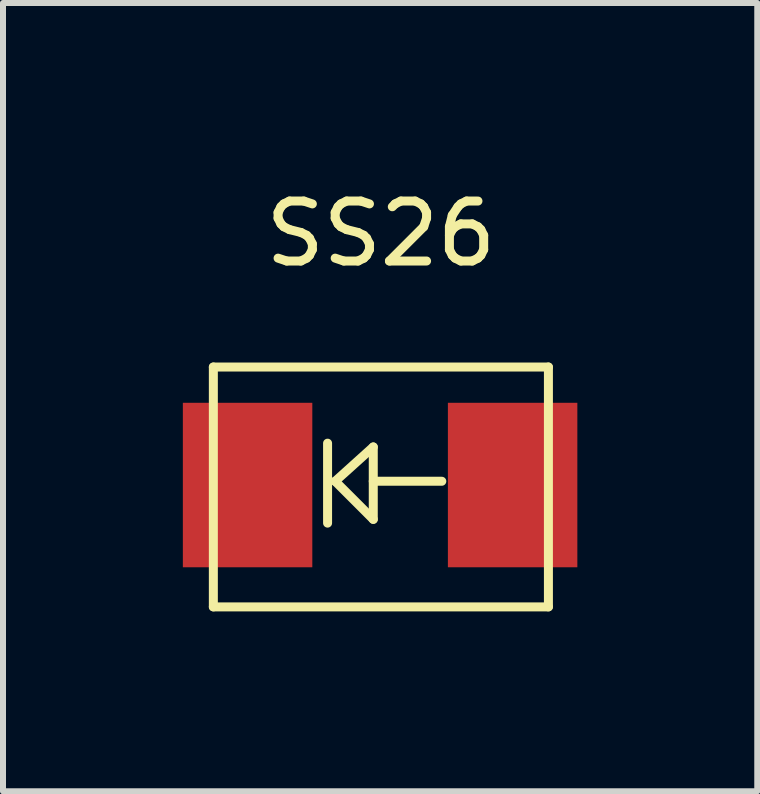
<source format=kicad_pcb>
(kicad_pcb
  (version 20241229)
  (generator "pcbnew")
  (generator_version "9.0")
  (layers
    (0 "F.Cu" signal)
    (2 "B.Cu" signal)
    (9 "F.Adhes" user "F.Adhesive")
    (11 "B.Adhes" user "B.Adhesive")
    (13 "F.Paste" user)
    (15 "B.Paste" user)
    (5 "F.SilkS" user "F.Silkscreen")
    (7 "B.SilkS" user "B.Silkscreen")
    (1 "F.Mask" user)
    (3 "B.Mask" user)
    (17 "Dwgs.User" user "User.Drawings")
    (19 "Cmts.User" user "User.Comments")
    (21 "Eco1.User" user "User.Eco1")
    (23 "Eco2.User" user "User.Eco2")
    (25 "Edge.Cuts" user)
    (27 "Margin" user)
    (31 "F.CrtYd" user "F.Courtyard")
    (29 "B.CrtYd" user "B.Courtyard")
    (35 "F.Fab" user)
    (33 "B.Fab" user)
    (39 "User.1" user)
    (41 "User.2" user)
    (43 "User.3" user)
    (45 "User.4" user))
  (footprint "SS26"
    (layer "F.Cu")
    (at 3.302 3.071)
    (property "Reference" "SS26" (at 0 -2.223 0) (layer "F.SilkS") (effects (font (size 1 1) (thickness 0.15))))
    (attr through_hole)
    (fp_line (start -2.794 0) (end 2.794 0) (stroke (width 0.15) (type solid)) (layer "F.SilkS"))
    (fp_line (start -2.794 4) (end -2.794 0) (stroke (width 0.15) (type solid)) (layer "F.SilkS"))
    (fp_line (start -0.889 1.27) (end -0.889 2.603) (stroke (width 0.15) (type solid)) (layer "F.SilkS"))
    (fp_line (start -0.762 1.905) (end -0.127 1.333) (stroke (width 0.15) (type solid)) (layer "F.SilkS"))
    (fp_line (start -0.127 1.333) (end -0.127 2.54) (stroke (width 0.15) (type solid)) (layer "F.SilkS"))
    (fp_line (start -0.127 1.905) (end 1.016 1.905) (stroke (width 0.15) (type solid)) (layer "F.SilkS"))
    (fp_line (start -0.127 2.54) (end -0.762 1.905) (stroke (width 0.15) (type solid)) (layer "F.SilkS"))
    (fp_line (start 2.794 0) (end 2.794 4) (stroke (width 0.15) (type solid)) (layer "F.SilkS"))
    (fp_line (start 2.794 4) (end -2.794 4) (stroke (width 0.15) (type solid)) (layer "F.SilkS"))
    (pad "1" smd rect (at -2.223 1.968) (size 2.159 2.743) (layers "F.Cu" "F.Mask" "F.Paste"))
    (pad "2" smd rect (at 2.197 1.968) (size 2.159 2.743) (layers "F.Cu" "F.Mask" "F.Paste")))
  (gr_rect
    (start -3 -3)
    (end 9.579 10.146)
    (stroke (width 0.1) (type default))
    (fill no)
    (layer "Edge.Cuts")))
</source>
